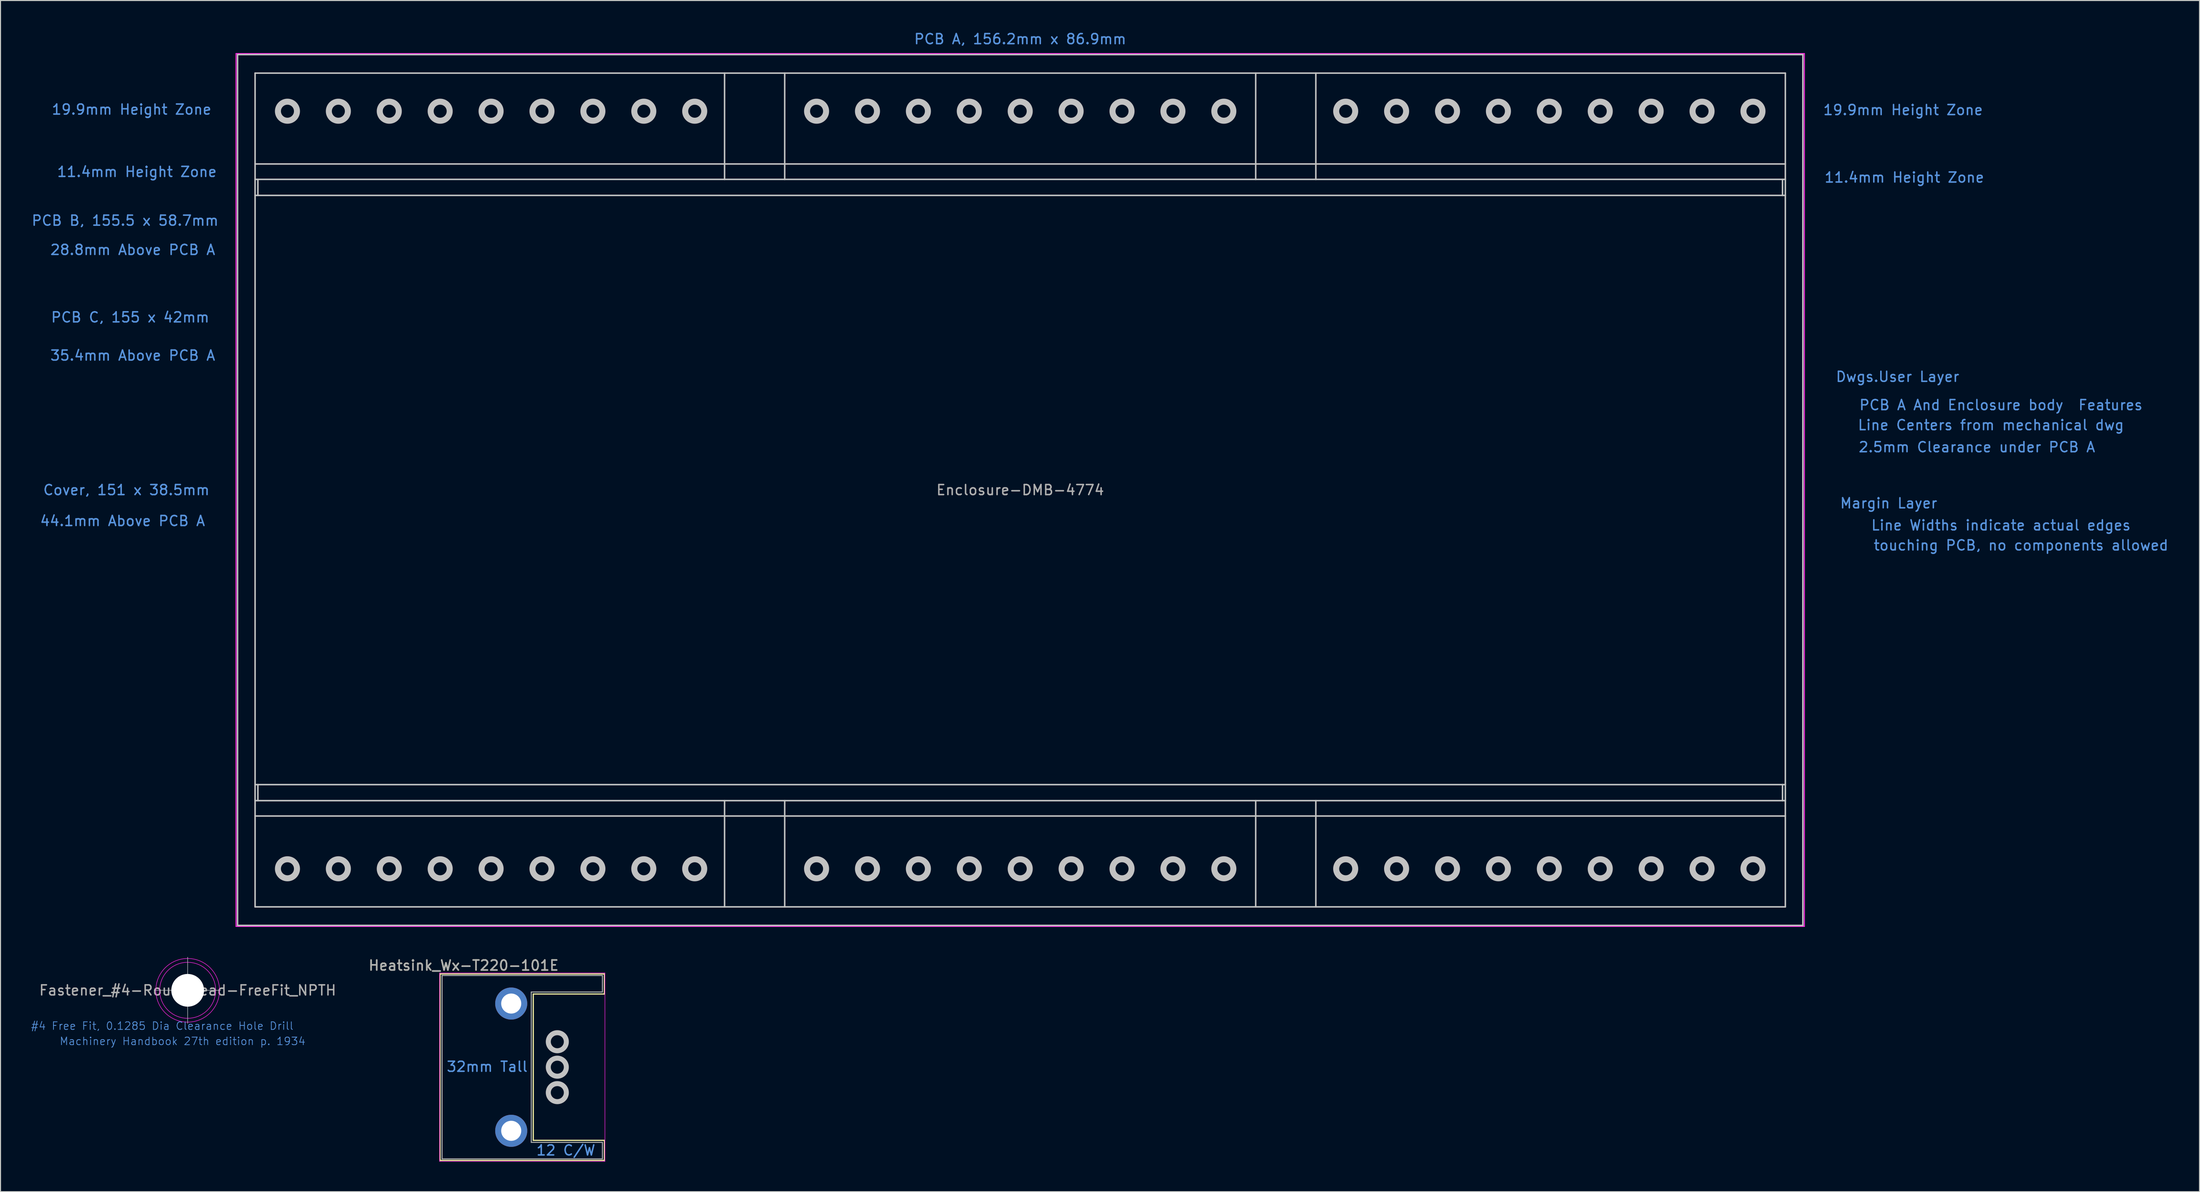
<source format=kicad_pcb>
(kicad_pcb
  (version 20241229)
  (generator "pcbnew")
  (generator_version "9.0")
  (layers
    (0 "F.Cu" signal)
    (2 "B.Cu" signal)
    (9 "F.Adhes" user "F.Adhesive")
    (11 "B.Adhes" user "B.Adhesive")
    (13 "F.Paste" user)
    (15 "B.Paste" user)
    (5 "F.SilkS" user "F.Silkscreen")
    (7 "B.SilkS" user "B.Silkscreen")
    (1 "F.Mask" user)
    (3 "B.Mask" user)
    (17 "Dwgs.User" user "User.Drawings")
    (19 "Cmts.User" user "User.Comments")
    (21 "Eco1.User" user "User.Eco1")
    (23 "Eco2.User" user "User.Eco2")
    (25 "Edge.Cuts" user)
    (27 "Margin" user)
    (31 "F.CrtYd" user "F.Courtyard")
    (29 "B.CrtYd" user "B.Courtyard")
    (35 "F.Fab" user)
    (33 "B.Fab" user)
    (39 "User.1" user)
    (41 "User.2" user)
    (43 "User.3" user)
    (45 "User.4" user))
  (footprint "Enclosure-DMB-4774"
    (layer "F.Cu")
    (at 98.754 45.848)
    (property "Reference" "Enclosure-DMB-4774" (at 0 0 0) (layer "F.Fab") (effects (font (size 1 1) (thickness 0.15))))
    (attr through_hole)
    (fp_line (start -78.1 -43.45) (end 78.1 -43.45) (stroke (width 0.15) (type solid)) (layer "Dwgs.User"))
    (fp_line (start -78.1 43.45) (end -78.1 -43.45) (stroke (width 0.15) (type solid)) (layer "Dwgs.User"))
    (fp_line (start -78.1 43.45) (end 78.1 43.45) (stroke (width 0.15) (type solid)) (layer "Dwgs.User"))
    (fp_line (start -76.35 -41.6) (end -76.35 41.6) (stroke (width 0.15) (type solid)) (layer "Dwgs.User"))
    (fp_line (start -76.35 -41.6) (end 76.35 -41.6) (stroke (width 0.15) (type solid)) (layer "Dwgs.User"))
    (fp_line (start -76.35 -32.535) (end 76.35 -32.535) (stroke (width 0.15) (type solid)) (layer "Dwgs.User"))
    (fp_line (start -76.35 -31) (end 76.35 -31) (stroke (width 0.15) (type solid)) (layer "Dwgs.User"))
    (fp_line (start -76.35 -29.4) (end 76.35 -29.4) (stroke (width 0.15) (type solid)) (layer "Dwgs.User"))
    (fp_line (start -76.35 29.4) (end 76.35 29.4) (stroke (width 0.15) (type solid)) (layer "Dwgs.User"))
    (fp_line (start -76.35 31) (end 76.35 31) (stroke (width 0.15) (type solid)) (layer "Dwgs.User"))
    (fp_line (start -76.35 32.535) (end 76.35 32.535) (stroke (width 0.15) (type solid)) (layer "Dwgs.User"))
    (fp_line (start -76.35 41.6) (end 76.35 41.6) (stroke (width 0.15) (type solid)) (layer "Dwgs.User"))
    (fp_line (start -76.07 -31) (end -76.07 -29.4) (stroke (width 0.15) (type solid)) (layer "Dwgs.User"))
    (fp_line (start -76.07 29.4) (end -76.07 31) (stroke (width 0.15) (type solid)) (layer "Dwgs.User"))
    (fp_line (start -29.5 -41.6) (end -29.5 -31) (stroke (width 0.15) (type solid)) (layer "Dwgs.User"))
    (fp_line (start -29.5 31) (end -29.5 41.6) (stroke (width 0.15) (type solid)) (layer "Dwgs.User"))
    (fp_line (start -23.5 -41.6) (end -23.5 -31) (stroke (width 0.15) (type solid)) (layer "Dwgs.User"))
    (fp_line (start -23.5 31) (end -23.5 41.6) (stroke (width 0.15) (type solid)) (layer "Dwgs.User"))
    (fp_line (start 23.5 -41.6) (end 23.5 -31) (stroke (width 0.15) (type solid)) (layer "Dwgs.User"))
    (fp_line (start 23.5 31) (end 23.5 41.6) (stroke (width 0.15) (type solid)) (layer "Dwgs.User"))
    (fp_line (start 29.5 -41.6) (end 29.5 -31) (stroke (width 0.15) (type solid)) (layer "Dwgs.User"))
    (fp_line (start 29.5 31) (end 29.5 41.6) (stroke (width 0.15) (type solid)) (layer "Dwgs.User"))
    (fp_line (start 76.07 -31) (end 76.07 -29.4) (stroke (width 0.15) (type solid)) (layer "Dwgs.User"))
    (fp_line (start 76.07 29.4) (end 76.07 31) (stroke (width 0.15) (type solid)) (layer "Dwgs.User"))
    (fp_line (start 76.35 -41.6) (end 76.35 41.6) (stroke (width 0.15) (type solid)) (layer "Dwgs.User"))
    (fp_line (start 78.1 -43.45) (end 78.1 43.45) (stroke (width 0.15) (type solid)) (layer "Dwgs.User"))
    (fp_circle (center -73.12 -37.8) (end -73.12 -36.85) (stroke (width 0.6) (type solid)) (fill no) (layer "Dwgs.User"))
    (fp_circle (center -73.12 37.8) (end -73.12 38.75) (stroke (width 0.6) (type solid)) (fill no) (layer "Dwgs.User"))
    (fp_circle (center -68.04 -37.8) (end -68.04 -36.85) (stroke (width 0.6) (type solid)) (fill no) (layer "Dwgs.User"))
    (fp_circle (center -68.04 37.8) (end -68.04 38.75) (stroke (width 0.6) (type solid)) (fill no) (layer "Dwgs.User"))
    (fp_circle (center -62.96 -37.8) (end -62.96 -36.85) (stroke (width 0.6) (type solid)) (fill no) (layer "Dwgs.User"))
    (fp_circle (center -62.96 37.8) (end -62.96 38.75) (stroke (width 0.6) (type solid)) (fill no) (layer "Dwgs.User"))
    (fp_circle (center -57.88 -37.8) (end -57.88 -36.85) (stroke (width 0.6) (type solid)) (fill no) (layer "Dwgs.User"))
    (fp_circle (center -57.88 37.8) (end -57.88 38.75) (stroke (width 0.6) (type solid)) (fill no) (layer "Dwgs.User"))
    (fp_circle (center -52.8 -37.8) (end -52.8 -36.85) (stroke (width 0.6) (type solid)) (fill no) (layer "Dwgs.User"))
    (fp_circle (center -52.8 37.8) (end -52.8 38.75) (stroke (width 0.6) (type solid)) (fill no) (layer "Dwgs.User"))
    (fp_circle (center -47.72 -37.8) (end -47.72 -36.85) (stroke (width 0.6) (type solid)) (fill no) (layer "Dwgs.User"))
    (fp_circle (center -47.72 37.8) (end -47.72 38.75) (stroke (width 0.6) (type solid)) (fill no) (layer "Dwgs.User"))
    (fp_circle (center -42.64 -37.8) (end -42.64 -36.85) (stroke (width 0.6) (type solid)) (fill no) (layer "Dwgs.User"))
    (fp_circle (center -42.64 37.8) (end -42.64 38.75) (stroke (width 0.6) (type solid)) (fill no) (layer "Dwgs.User"))
    (fp_circle (center -37.56 -37.8) (end -37.56 -36.85) (stroke (width 0.6) (type solid)) (fill no) (layer "Dwgs.User"))
    (fp_circle (center -37.56 37.8) (end -37.56 38.75) (stroke (width 0.6) (type solid)) (fill no) (layer "Dwgs.User"))
    (fp_circle (center -32.48 -37.8) (end -32.48 -36.85) (stroke (width 0.6) (type solid)) (fill no) (layer "Dwgs.User"))
    (fp_circle (center -32.48 37.8) (end -32.48 38.75) (stroke (width 0.6) (type solid)) (fill no) (layer "Dwgs.User"))
    (fp_circle (center -20.32 -37.8) (end -20.32 -36.85) (stroke (width 0.6) (type solid)) (fill no) (layer "Dwgs.User"))
    (fp_circle (center -20.32 37.8) (end -20.32 38.75) (stroke (width 0.6) (type solid)) (fill no) (layer "Dwgs.User"))
    (fp_circle (center -15.24 -37.8) (end -15.24 -36.85) (stroke (width 0.6) (type solid)) (fill no) (layer "Dwgs.User"))
    (fp_circle (center -15.24 37.8) (end -15.24 38.75) (stroke (width 0.6) (type solid)) (fill no) (layer "Dwgs.User"))
    (fp_circle (center -10.16 -37.8) (end -10.16 -36.85) (stroke (width 0.6) (type solid)) (fill no) (layer "Dwgs.User"))
    (fp_circle (center -10.16 37.8) (end -10.16 38.75) (stroke (width 0.6) (type solid)) (fill no) (layer "Dwgs.User"))
    (fp_circle (center -5.08 -37.8) (end -5.08 -36.85) (stroke (width 0.6) (type solid)) (fill no) (layer "Dwgs.User"))
    (fp_circle (center -5.08 37.8) (end -5.08 38.75) (stroke (width 0.6) (type solid)) (fill no) (layer "Dwgs.User"))
    (fp_circle (center 0 -37.8) (end 0 -36.85) (stroke (width 0.6) (type solid)) (fill no) (layer "Dwgs.User"))
    (fp_circle (center 0 37.8) (end 0 38.75) (stroke (width 0.6) (type solid)) (fill no) (layer "Dwgs.User"))
    (fp_circle (center 5.08 -37.8) (end 5.08 -36.85) (stroke (width 0.6) (type solid)) (fill no) (layer "Dwgs.User"))
    (fp_circle (center 5.08 37.8) (end 5.08 38.75) (stroke (width 0.6) (type solid)) (fill no) (layer "Dwgs.User"))
    (fp_circle (center 10.16 -37.8) (end 10.16 -36.85) (stroke (width 0.6) (type solid)) (fill no) (layer "Dwgs.User"))
    (fp_circle (center 10.16 37.8) (end 10.16 38.75) (stroke (width 0.6) (type solid)) (fill no) (layer "Dwgs.User"))
    (fp_circle (center 15.24 -37.8) (end 15.24 -36.85) (stroke (width 0.6) (type solid)) (fill no) (layer "Dwgs.User"))
    (fp_circle (center 15.24 37.8) (end 15.24 38.75) (stroke (width 0.6) (type solid)) (fill no) (layer "Dwgs.User"))
    (fp_circle (center 20.32 -37.8) (end 20.32 -36.85) (stroke (width 0.6) (type solid)) (fill no) (layer "Dwgs.User"))
    (fp_circle (center 20.32 37.8) (end 20.32 38.75) (stroke (width 0.6) (type solid)) (fill no) (layer "Dwgs.User"))
    (fp_circle (center 32.48 -37.8) (end 32.48 -36.85) (stroke (width 0.6) (type solid)) (fill no) (layer "Dwgs.User"))
    (fp_circle (center 32.48 37.8) (end 32.48 38.75) (stroke (width 0.6) (type solid)) (fill no) (layer "Dwgs.User"))
    (fp_circle (center 37.56 -37.8) (end 37.56 -36.85) (stroke (width 0.6) (type solid)) (fill no) (layer "Dwgs.User"))
    (fp_circle (center 37.56 37.8) (end 37.56 38.75) (stroke (width 0.6) (type solid)) (fill no) (layer "Dwgs.User"))
    (fp_circle (center 42.64 -37.8) (end 42.64 -36.85) (stroke (width 0.6) (type solid)) (fill no) (layer "Dwgs.User"))
    (fp_circle (center 42.64 37.8) (end 42.64 38.75) (stroke (width 0.6) (type solid)) (fill no) (layer "Dwgs.User"))
    (fp_circle (center 47.72 -37.8) (end 47.72 -36.85) (stroke (width 0.6) (type solid)) (fill no) (layer "Dwgs.User"))
    (fp_circle (center 47.72 37.8) (end 47.72 38.75) (stroke (width 0.6) (type solid)) (fill no) (layer "Dwgs.User"))
    (fp_circle (center 52.8 -37.8) (end 52.8 -36.85) (stroke (width 0.6) (type solid)) (fill no) (layer "Dwgs.User"))
    (fp_circle (center 52.8 37.8) (end 52.8 38.75) (stroke (width 0.6) (type solid)) (fill no) (layer "Dwgs.User"))
    (fp_circle (center 57.88 -37.8) (end 57.88 -36.85) (stroke (width 0.6) (type solid)) (fill no) (layer "Dwgs.User"))
    (fp_circle (center 57.88 37.8) (end 57.88 38.75) (stroke (width 0.6) (type solid)) (fill no) (layer "Dwgs.User"))
    (fp_circle (center 62.96 -37.8) (end 62.96 -36.85) (stroke (width 0.6) (type solid)) (fill no) (layer "Dwgs.User"))
    (fp_circle (center 62.96 37.8) (end 62.96 38.75) (stroke (width 0.6) (type solid)) (fill no) (layer "Dwgs.User"))
    (fp_circle (center 68.04 -37.8) (end 68.04 -36.85) (stroke (width 0.6) (type solid)) (fill no) (layer "Dwgs.User"))
    (fp_circle (center 68.04 37.8) (end 68.04 38.75) (stroke (width 0.6) (type solid)) (fill no) (layer "Dwgs.User"))
    (fp_circle (center 73.12 -37.8) (end 73.12 -36.85) (stroke (width 0.6) (type solid)) (fill no) (layer "Dwgs.User"))
    (fp_circle (center 73.12 37.8) (end 73.12 38.75) (stroke (width 0.6) (type solid)) (fill no) (layer "Dwgs.User"))
    (fp_line (start -77.75 -29.35) (end -77.75 29.35) (stroke (width 0.15) (type solid)) (layer "Eco2.User"))
    (fp_line (start -77.75 -29.35) (end 77.75 -29.35) (stroke (width 0.15) (type solid)) (layer "Eco2.User"))
    (fp_line (start -77.75 29.35) (end 77.75 29.35) (stroke (width 0.15) (type solid)) (layer "Eco2.User"))
    (fp_line (start -77.5 -21) (end -77.5 21) (stroke (width 0.15) (type solid)) (layer "Eco2.User"))
    (fp_line (start -77.5 -21) (end 77.5 -21) (stroke (width 0.15) (type solid)) (layer "Eco2.User"))
    (fp_line (start -77.5 21) (end 77.5 21) (stroke (width 0.15) (type solid)) (layer "Eco2.User"))
    (fp_line (start -75.5 -19.25) (end -75.5 19.25) (stroke (width 0.15) (type solid)) (layer "Eco2.User"))
    (fp_line (start -75.5 -19.25) (end 75.5 -19.25) (stroke (width 0.15) (type solid)) (layer "Eco2.User"))
    (fp_line (start -75.5 19.25) (end 75.5 19.25) (stroke (width 0.15) (type solid)) (layer "Eco2.User"))
    (fp_line (start 75.5 -19.25) (end 75.5 19.25) (stroke (width 0.15) (type solid)) (layer "Eco2.User"))
    (fp_line (start 77.5 -21) (end 77.5 21) (stroke (width 0.15) (type solid)) (layer "Eco2.User"))
    (fp_line (start 77.75 -29.35) (end 77.75 29.35) (stroke (width 0.15) (type solid)) (layer "Eco2.User"))
    (fp_arc (start -75.5 17.65) (mid -74.368629 18.118629) (end -73.9 19.25) (stroke (width 0.15) (type solid)) (layer "Eco2.User"))
    (fp_arc (start -73.9 -19.25) (mid -74.368629 -18.118629) (end -75.5 -17.65) (stroke (width 0.15) (type solid)) (layer "Eco2.User"))
    (fp_arc (start 73.9 19.25) (mid 74.368629 18.118629) (end 75.5 17.65) (stroke (width 0.15) (type solid)) (layer "Eco2.User"))
    (fp_arc (start 75.5 -17.65) (mid 74.368629 -18.118629) (end 73.9 -19.25) (stroke (width 0.15) (type solid)) (layer "Eco2.User"))
    (fp_line (start -77.25 -42.5) (end -77.25 42.5) (stroke (width 1.8) (type solid)) (layer "Margin"))
    (fp_line (start -77.25 -42.5) (end 77.25 -42.5) (stroke (width 1.8) (type solid)) (layer "Margin"))
    (fp_line (start -77.25 42.5) (end 77.25 42.5) (stroke (width 1.8) (type solid)) (layer "Margin"))
    (fp_line (start -76.21 -30.86) (end -76.21 -29.54) (stroke (width 0.28) (type solid)) (layer "Margin"))
    (fp_line (start -76.21 29.54) (end -76.21 30.86) (stroke (width 0.28) (type solid)) (layer "Margin"))
    (fp_line (start -29.5 -30.2) (end -23.5 -30.2) (stroke (width 1.5) (type solid)) (layer "Margin"))
    (fp_line (start -29.5 30.2) (end -23.5 30.2) (stroke (width 1.5) (type solid)) (layer "Margin"))
    (fp_line (start -26.5 -42.2) (end -26.5 -30.6) (stroke (width 2.5) (type solid)) (layer "Margin"))
    (fp_line (start -26.5 30.6) (end -26.5 42.2) (stroke (width 2.5) (type solid)) (layer "Margin"))
    (fp_line (start 23.5 -30.2) (end 29.5 -30.2) (stroke (width 1.5) (type solid)) (layer "Margin"))
    (fp_line (start 23.5 30.2) (end 29.5 30.2) (stroke (width 1.5) (type solid)) (layer "Margin"))
    (fp_line (start 26.5 -42.2) (end 26.5 -30.6) (stroke (width 2.5) (type solid)) (layer "Margin"))
    (fp_line (start 26.5 30.6) (end 26.5 42.2) (stroke (width 2.5) (type solid)) (layer "Margin"))
    (fp_line (start 76.21 -30.86) (end 76.21 -29.54) (stroke (width 0.28) (type solid)) (layer "Margin"))
    (fp_line (start 76.21 29.54) (end 76.21 30.86) (stroke (width 0.28) (type solid)) (layer "Margin"))
    (fp_line (start 77.25 -42.5) (end 77.25 42.5) (stroke (width 1.8) (type solid)) (layer "Margin"))
    (fp_line (start -78.25 -43.55) (end 78.25 -43.55) (stroke (width 0.1) (type solid)) (layer "F.CrtYd"))
    (fp_line (start -78.25 43.55) (end -78.25 -43.55) (stroke (width 0.1) (type solid)) (layer "F.CrtYd"))
    (fp_line (start 78.25 -43.55) (end 78.25 43.55) (stroke (width 0.1) (type solid)) (layer "F.CrtYd"))
    (fp_line (start 78.25 43.55) (end -78.25 43.55) (stroke (width 0.1) (type solid)) (layer "F.CrtYd"))
    (fp_text user "44.1mm Above PCB A" (at -89.573 3.086 0) (layer "Cmts.User") (effects (font (size 1 1) (thickness 0.15))))
    (fp_text user "11.4mm Height Zone" (at -88.138 -31.75 0) (layer "Cmts.User") (effects (font (size 1 1) (thickness 0.15))))
    (fp_text user "touching PCB, no components allowed" (at 99.867 5.521 0) (layer "Cmts.User") (effects (font (size 1 1) (thickness 0.15))))
    (fp_text user "Line Widths indicate actual edges" (at 97.867 3.521 0) (layer "Cmts.User") (effects (font (size 1 1) (thickness 0.15))))
    (fp_text user "35.4mm Above PCB A" (at -88.557 -13.424 0) (layer "Cmts.User") (effects (font (size 1 1) (thickness 0.15))))
    (fp_text user "PCB B, 155.5 x 58.7mm" (at -89.319 -26.886 0) (layer "Cmts.User") (effects (font (size 1 1) (thickness 0.15))))
    (fp_text user "Cover, 151 x 38.5mm" (at -89.192 0 0) (layer "Cmts.User") (effects (font (size 1 1) (thickness 0.15))))
    (fp_text user "11.4mm Height Zone" (at 88.227 -31.191 0) (layer "Cmts.User") (effects (font (size 1 1) (thickness 0.15))))
    (fp_text user "PCB C, 155 x 42mm" (at -88.811 -17.234 0) (layer "Cmts.User") (effects (font (size 1 1) (thickness 0.15))))
    (fp_text user "19.9mm Height Zone" (at 88.1 -37.922 0) (layer "Cmts.User") (effects (font (size 1 1) (thickness 0.15))))
    (fp_text user "Line Centers from mechanical dwg" (at 96.867 -6.479 0) (layer "Cmts.User") (effects (font (size 1 1) (thickness 0.15))))
    (fp_text user "2.5mm Clearance under PCB A" (at 95.466 -4.28 0) (layer "Cmts.User") (effects (font (size 1 1) (thickness 0.15))))
    (fp_text user "28.8mm Above PCB A" (at -88.557 -23.965 0) (layer "Cmts.User") (effects (font (size 1 1) (thickness 0.15))))
    (fp_text user "Margin Layer" (at 86.665 1.321 0) (layer "Cmts.User") (effects (font (size 1 1) (thickness 0.15))))
    (fp_text user "PCB A, 156.2mm x 86.9mm" (at 0 -45 0) (layer "Cmts.User") (effects (font (size 1 1) (thickness 0.15))))
    (fp_text user "PCB A And Enclosure body  Features" (at 97.867 -8.479 0) (layer "Cmts.User") (effects (font (size 1 1) (thickness 0.15))))
    (fp_text user "Dwgs.User Layer" (at 87.554 -11.303 0) (layer "Cmts.User") (effects (font (size 1 1) (thickness 0.15))))
    (fp_text user "19.9mm Height Zone" (at -88.671 -37.973 0) (layer "Cmts.User") (effects (font (size 1 1) (thickness 0.15)))))
  (footprint "Fastener_#4-RoundHead-FreeFit_NPTH"
    (layer "F.Cu")
    (at 15.677 95.776)
    (property "Reference" "Fastener_#4-RoundHead-FreeFit_NPTH" (at 0 0 0) (layer "F.Fab") (effects (font (size 1 1) (thickness 0.15))))
    (attr through_hole)
    (fp_line (start -3.302 0) (end 3.302 0) (stroke (width 0.051) (type solid)) (layer "Dwgs.User"))
    (fp_line (start 0 3.302) (end 0 -3.302) (stroke (width 0.051) (type solid)) (layer "Dwgs.User"))
    (fp_circle (center 0 0) (end 2.794 0) (stroke (width 0.051) (type solid)) (fill no) (layer "F.CrtYd"))
    (fp_circle (center 0 0) (end 3.175 0) (stroke (width 0.051) (type solid)) (fill no) (layer "F.CrtYd"))
    (fp_text user "Machinery Handbook 27th edition p. 1934" (at -0.508 5.08 0) (layer "Cmts.User") (effects (font (size 0.762 0.762) (thickness 0.076))))
    (fp_text user "#4 Free Fit, 0.1285 Dia Clearance Hole Drill" (at -2.54 3.556 0) (layer "Cmts.User") (effects (font (size 0.762 0.762) (thickness 0.076))))
    (fp_text user "${REFERENCE}" (at 0 0 0) (layer "Eco1.User") (effects (font (size 0.508 0.508) (thickness 0.051))))
    (pad "" np_thru_hole circle (at 0 0) (size 3.264 3.264) (drill 3.264) (layers "*.Cu" "*.Mask")))
  (footprint "Heatsink_Wx-T220-101E"
    (layer "F.Cu")
    (at 52.563 103.447)
    (property "Reference" "Heatsink_Wx-T220-101E" (at -9.35 -10.15 0) (layer "F.Fab") (effects (font (size 1 1) (thickness 0.15))))
    (attr through_hole)
    (fp_line (start -11.7 -9.3) (end 4.7 -9.3) (stroke (width 0.12) (type solid)) (layer "F.SilkS"))
    (fp_line (start -11.7 9.3) (end -11.7 -9.3) (stroke (width 0.12) (type solid)) (layer "F.SilkS"))
    (fp_line (start -2.4 -7.3) (end -2.4 7.3) (stroke (width 0.12) (type solid)) (layer "F.SilkS"))
    (fp_line (start -2.4 7.3) (end 4.7 7.3) (stroke (width 0.12) (type solid)) (layer "F.SilkS"))
    (fp_line (start 4.7 -9.3) (end 4.7 -7.3) (stroke (width 0.12) (type solid)) (layer "F.SilkS"))
    (fp_line (start 4.7 -7.3) (end -2.4 -7.3) (stroke (width 0.12) (type solid)) (layer "F.SilkS"))
    (fp_line (start 4.7 7.4) (end 4.7 9.3) (stroke (width 0.12) (type solid)) (layer "F.SilkS"))
    (fp_line (start 4.7 9.3) (end -11.7 9.3) (stroke (width 0.12) (type solid)) (layer "F.SilkS"))
    (fp_circle (center 0 -2.54) (end 0.9 -2.54) (stroke (width 0.5) (type solid)) (fill no) (layer "Dwgs.User"))
    (fp_circle (center 0 0) (end 0.9 0) (stroke (width 0.5) (type solid)) (fill no) (layer "Dwgs.User"))
    (fp_circle (center 0 2.54) (end 0.9 2.54) (stroke (width 0.5) (type solid)) (fill no) (layer "Dwgs.User"))
    (fp_line (start -11.75 -9.4) (end 4.75 -9.4) (stroke (width 0.05) (type solid)) (layer "F.CrtYd"))
    (fp_line (start -11.75 9.4) (end -11.75 -9.4) (stroke (width 0.05) (type solid)) (layer "F.CrtYd"))
    (fp_line (start 4.75 -9.4) (end 4.75 9.4) (stroke (width 0.05) (type solid)) (layer "F.CrtYd"))
    (fp_line (start 4.75 9.4) (end -11.75 9.4) (stroke (width 0.05) (type solid)) (layer "F.CrtYd"))
    (fp_line (start -11.5 -9.15) (end -11.5 9.15) (stroke (width 0.1) (type solid)) (layer "F.Fab"))
    (fp_line (start -11.5 -9.15) (end 4.5 -9.15) (stroke (width 0.1) (type solid)) (layer "F.Fab"))
    (fp_line (start -11.5 9.15) (end 4.5 9.15) (stroke (width 0.1) (type solid)) (layer "F.Fab"))
    (fp_line (start -2.6 -7.5) (end -2.6 7.5) (stroke (width 0.1) (type solid)) (layer "F.Fab"))
    (fp_line (start -2.6 7.5) (end 4.5 7.5) (stroke (width 0.1) (type solid)) (layer "F.Fab"))
    (fp_line (start 4.5 -9.15) (end 4.5 -7.5) (stroke (width 0.1) (type solid)) (layer "F.Fab"))
    (fp_line (start 4.5 -7.5) (end -2.6 -7.5) (stroke (width 0.1) (type solid)) (layer "F.Fab"))
    (fp_line (start 4.5 7.5) (end 4.5 9.15) (stroke (width 0.1) (type solid)) (layer "F.Fab"))
    (fp_text user "${REFERENCE}" (at -9.35 -10.15 0) (layer "F.SilkS") (effects (font (size 1 1) (thickness 0.15))))
    (fp_text user "12 C/W" (at 0.85 8.3 0) (layer "Cmts.User") (effects (font (size 1 1) (thickness 0.15))))
    (fp_text user "32mm Tall" (at -7 -0.05 0) (layer "Cmts.User") (effects (font (size 1 1) (thickness 0.15))))
    (fp_text user "${REFERENCE}" (at -9.6 -8.35 0) (layer "Eco1.User") (effects (font (size 0.762 0.762) (thickness 0.076))))
    (pad "1" thru_hole circle (at -4.6 6.35) (size 3.2 3.2) (drill 2) (layers "*.Cu" "*.Mask"))
    (pad "2" thru_hole circle (at -4.6 -6.35) (size 3.2 3.2) (drill 2) (layers "*.Cu" "*.Mask")))
  (gr_rect
    (start -3 -3)
    (end 216.436 115.871)
    (stroke (width 0.1) (type default))
    (fill no)
    (layer "Edge.Cuts")))
</source>
